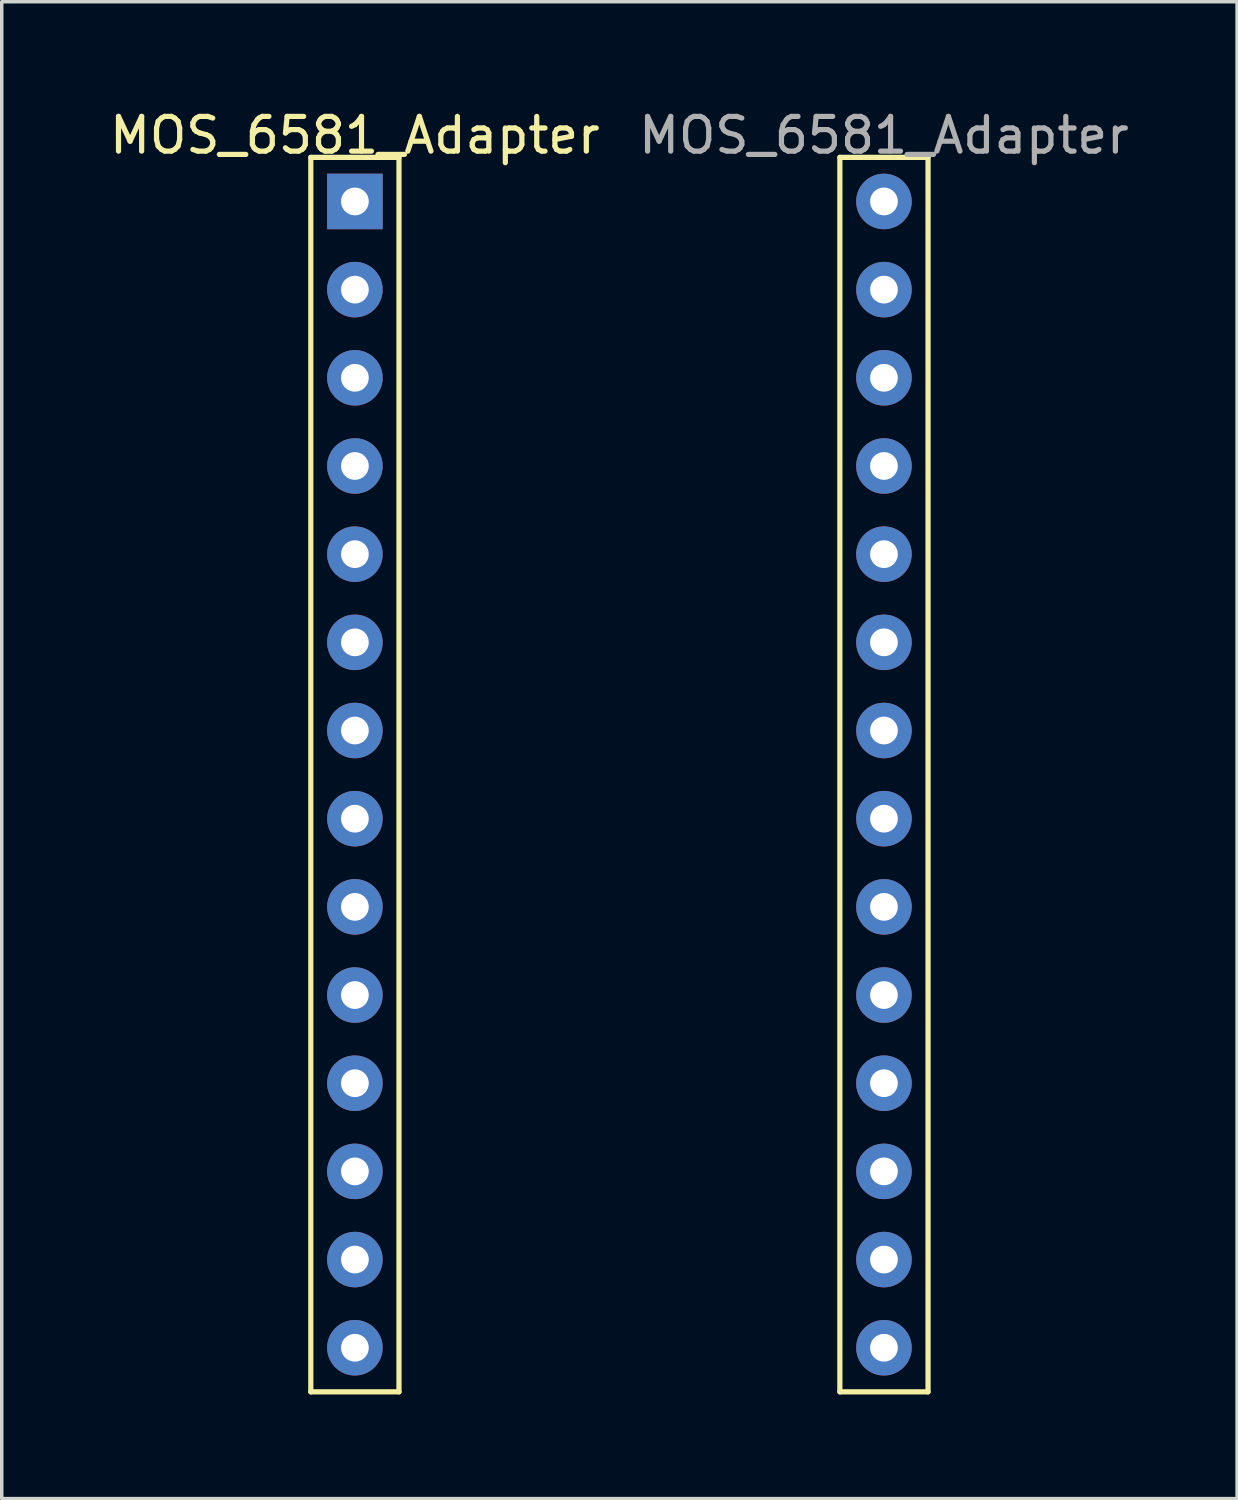
<source format=kicad_pcb>
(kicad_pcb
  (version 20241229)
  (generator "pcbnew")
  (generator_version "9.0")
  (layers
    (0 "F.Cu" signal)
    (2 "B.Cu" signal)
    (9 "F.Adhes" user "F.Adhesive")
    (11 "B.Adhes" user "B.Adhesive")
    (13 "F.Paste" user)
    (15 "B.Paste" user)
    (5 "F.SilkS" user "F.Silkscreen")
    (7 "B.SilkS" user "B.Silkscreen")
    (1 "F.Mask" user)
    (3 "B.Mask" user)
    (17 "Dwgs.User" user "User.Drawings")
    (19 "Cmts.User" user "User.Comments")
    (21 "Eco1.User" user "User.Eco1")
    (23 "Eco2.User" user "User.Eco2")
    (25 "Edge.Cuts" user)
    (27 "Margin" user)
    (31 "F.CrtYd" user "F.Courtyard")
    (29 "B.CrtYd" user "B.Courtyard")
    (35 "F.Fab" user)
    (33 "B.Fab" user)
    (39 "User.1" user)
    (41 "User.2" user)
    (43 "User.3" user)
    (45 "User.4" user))
  (footprint "MOS_6581_Adapter"
    (layer "F.Cu")
    (at 7.173 2.753)
    (property "Reference" "MOS_6581_Adapter" (at 0 -1.905 0) (layer "F.SilkS") (effects (font (size 1 1) (thickness 0.15))))
    (attr through_hole)
    (fp_line (start -1.27 -1.27) (end -1.27 34.29) (stroke (width 0.15) (type solid)) (layer "F.SilkS"))
    (fp_line (start -1.27 -1.27) (end 1.27 -1.27) (stroke (width 0.15) (type solid)) (layer "F.SilkS"))
    (fp_line (start -1.27 34.29) (end 1.27 34.29) (stroke (width 0.15) (type solid)) (layer "F.SilkS"))
    (fp_line (start 1.27 34.29) (end 1.27 -1.27) (stroke (width 0.15) (type solid)) (layer "F.SilkS"))
    (fp_line (start 13.97 -1.27) (end 13.97 34.29) (stroke (width 0.15) (type solid)) (layer "F.SilkS"))
    (fp_line (start 13.97 -1.27) (end 16.51 -1.27) (stroke (width 0.15) (type solid)) (layer "F.SilkS"))
    (fp_line (start 13.97 34.29) (end 16.51 34.29) (stroke (width 0.15) (type solid)) (layer "F.SilkS"))
    (fp_line (start 16.51 34.29) (end 16.51 -1.27) (stroke (width 0.15) (type solid)) (layer "F.SilkS"))
    (fp_text user "${REFERENCE}" (at 15.24 -1.905 0) (layer "F.Fab") (effects (font (size 1 1) (thickness 0.15))))
    (pad "1" thru_hole rect (at 0 0) (size 1.6 1.6) (drill 0.8) (layers "*.Cu" "*.Mask"))
    (pad "2" thru_hole oval (at 0 2.54) (size 1.6 1.6) (drill 0.8) (layers "*.Cu" "*.Mask"))
    (pad "3" thru_hole oval (at 0 5.08) (size 1.6 1.6) (drill 0.8) (layers "*.Cu" "*.Mask"))
    (pad "4" thru_hole oval (at 0 7.62) (size 1.6 1.6) (drill 0.8) (layers "*.Cu" "*.Mask"))
    (pad "5" thru_hole oval (at 0 10.16) (size 1.6 1.6) (drill 0.8) (layers "*.Cu" "*.Mask"))
    (pad "6" thru_hole oval (at 0 12.7) (size 1.6 1.6) (drill 0.8) (layers "*.Cu" "*.Mask"))
    (pad "7" thru_hole oval (at 0 15.24) (size 1.6 1.6) (drill 0.8) (layers "*.Cu" "*.Mask"))
    (pad "8" thru_hole oval (at 0 17.78) (size 1.6 1.6) (drill 0.8) (layers "*.Cu" "*.Mask"))
    (pad "9" thru_hole oval (at 0 20.32) (size 1.6 1.6) (drill 0.8) (layers "*.Cu" "*.Mask"))
    (pad "10" thru_hole oval (at 0 22.86) (size 1.6 1.6) (drill 0.8) (layers "*.Cu" "*.Mask"))
    (pad "11" thru_hole oval (at 0 25.4) (size 1.6 1.6) (drill 0.8) (layers "*.Cu" "*.Mask"))
    (pad "12" thru_hole oval (at 0 27.94) (size 1.6 1.6) (drill 0.8) (layers "*.Cu" "*.Mask"))
    (pad "13" thru_hole oval (at 0 30.48) (size 1.6 1.6) (drill 0.8) (layers "*.Cu" "*.Mask"))
    (pad "14" thru_hole oval (at 0 33.02) (size 1.6 1.6) (drill 0.8) (layers "*.Cu" "*.Mask"))
    (pad "15" thru_hole oval (at 15.24 33.02) (size 1.6 1.6) (drill 0.8) (layers "*.Cu" "*.Mask"))
    (pad "16" thru_hole oval (at 15.24 30.48) (size 1.6 1.6) (drill 0.8) (layers "*.Cu" "*.Mask"))
    (pad "17" thru_hole oval (at 15.24 27.94) (size 1.6 1.6) (drill 0.8) (layers "*.Cu" "*.Mask"))
    (pad "18" thru_hole oval (at 15.24 25.4) (size 1.6 1.6) (drill 0.8) (layers "*.Cu" "*.Mask"))
    (pad "19" thru_hole oval (at 15.24 22.86) (size 1.6 1.6) (drill 0.8) (layers "*.Cu" "*.Mask"))
    (pad "20" thru_hole oval (at 15.24 20.32) (size 1.6 1.6) (drill 0.8) (layers "*.Cu" "*.Mask"))
    (pad "21" thru_hole oval (at 15.24 17.78) (size 1.6 1.6) (drill 0.8) (layers "*.Cu" "*.Mask"))
    (pad "22" thru_hole oval (at 15.24 15.24) (size 1.6 1.6) (drill 0.8) (layers "*.Cu" "*.Mask"))
    (pad "23" thru_hole oval (at 15.24 12.7) (size 1.6 1.6) (drill 0.8) (layers "*.Cu" "*.Mask"))
    (pad "24" thru_hole oval (at 15.24 10.16) (size 1.6 1.6) (drill 0.8) (layers "*.Cu" "*.Mask"))
    (pad "25" thru_hole oval (at 15.24 7.62) (size 1.6 1.6) (drill 0.8) (layers "*.Cu" "*.Mask"))
    (pad "26" thru_hole oval (at 15.24 5.08) (size 1.6 1.6) (drill 0.8) (layers "*.Cu" "*.Mask"))
    (pad "27" thru_hole oval (at 15.24 2.54) (size 1.6 1.6) (drill 0.8) (layers "*.Cu" "*.Mask"))
    (pad "28" thru_hole oval (at 15.24 0) (size 1.6 1.6) (drill 0.8) (layers "*.Cu" "*.Mask")))
  (gr_rect
    (start -3 -3)
    (end 32.585 40.118)
    (stroke (width 0.1) (type default))
    (fill no)
    (layer "Edge.Cuts")))
</source>
